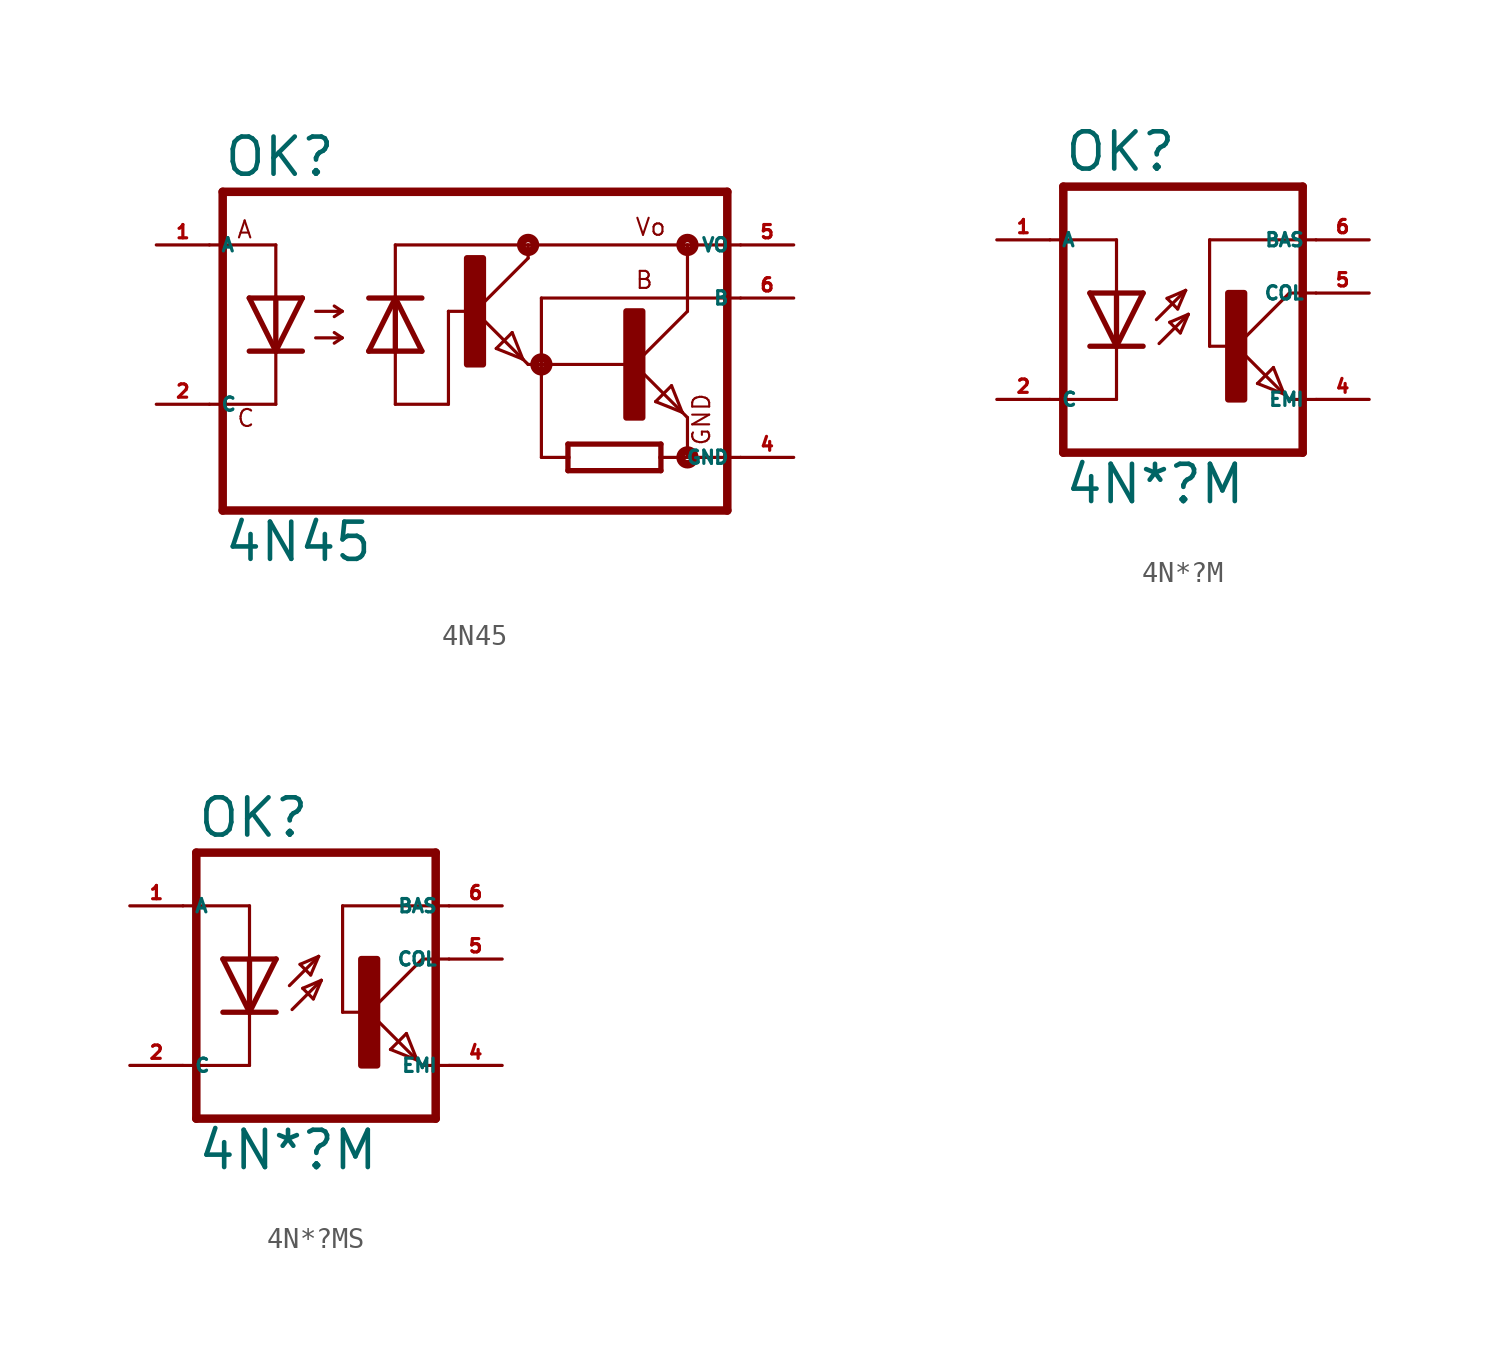
<source format=kicad_sym>
(kicad_symbol_lib
  (version 20220914)
  (generator kicad_symbol_editor)
  (symbol "4N45"
    (property "Reference" "OK"
      (at -12.065 8.255 0)
      (effects (font (size 1.778 1.778) (thickness 0.22)) (justify left bottom)))
    (property "Value" "4N45"
      (at -12.065 -10.16 0)
      (effects (font (size 1.778 1.778) (thickness 0.22)) (justify left bottom)))
    (symbol "4N45_1_1"
      (rectangle (start -0.381 -0.635) (end 0.381 4.445) (stroke (width 0.3) (type default)) (fill (type outline)))
      (polyline (pts (xy -12.7 -2.54) (xy -9.525 -2.54)) (stroke (width 0.152) (type default)) (fill (type none)))
      (polyline (pts (xy -12.7 5.08) (xy -9.525 5.08)) (stroke (width 0.152) (type default)) (fill (type none)))
      (polyline (pts (xy -12.065 7.62) (xy -12.065 -7.62)) (stroke (width 0.406) (type default)) (fill (type none)))
      (polyline (pts (xy -9.525 -2.54) (xy -9.525 0)) (stroke (width 0.152) (type default)) (fill (type none)))
      (polyline (pts (xy -9.525 0) (xy -10.795 0)) (stroke (width 0.254) (type default)) (fill (type none)))
      (polyline (pts (xy -9.525 0) (xy -10.795 2.54)) (stroke (width 0.254) (type default)) (fill (type none)))
      (polyline (pts (xy -9.525 2.54) (xy -10.795 2.54)) (stroke (width 0.254) (type default)) (fill (type none)))
      (polyline (pts (xy -9.525 2.54) (xy -9.525 0)) (stroke (width 0.254) (type default)) (fill (type none)))
      (polyline (pts (xy -9.525 2.54) (xy -9.525 5.08)) (stroke (width 0.152) (type default)) (fill (type none)))
      (polyline (pts (xy -8.255 0) (xy -9.525 0)) (stroke (width 0.254) (type default)) (fill (type none)))
      (polyline (pts (xy -8.255 2.54) (xy -9.525 0)) (stroke (width 0.254) (type default)) (fill (type none)))
      (polyline (pts (xy -8.255 2.54) (xy -9.525 2.54)) (stroke (width 0.254) (type default)) (fill (type none)))
      (polyline (pts (xy -7.62 0.635) (xy -6.35 0.635)) (stroke (width 0.152) (type default)) (fill (type none)))
      (polyline (pts (xy -7.62 1.905) (xy -6.35 1.905)) (stroke (width 0.152) (type default)) (fill (type none)))
      (polyline (pts (xy -6.35 0.635) (xy -6.731 0.381)) (stroke (width 0.152) (type default)) (fill (type none)))
      (polyline (pts (xy -6.35 0.635) (xy -6.731 0.889)) (stroke (width 0.152) (type default)) (fill (type none)))
      (polyline (pts (xy -6.35 1.905) (xy -6.731 1.651)) (stroke (width 0.152) (type default)) (fill (type none)))
      (polyline (pts (xy -6.35 1.905) (xy -6.731 2.159)) (stroke (width 0.152) (type default)) (fill (type none)))
      (polyline (pts (xy -5.08 0) (xy -3.81 0)) (stroke (width 0.254) (type default)) (fill (type none)))
      (polyline (pts (xy -5.08 0) (xy -3.81 2.54)) (stroke (width 0.254) (type default)) (fill (type none)))
      (polyline (pts (xy -5.08 2.54) (xy -3.81 2.54)) (stroke (width 0.254) (type default)) (fill (type none)))
      (polyline (pts (xy -3.81 -2.54) (xy -3.81 0)) (stroke (width 0.152) (type default)) (fill (type none)))
      (polyline (pts (xy -3.81 0) (xy -3.81 2.54)) (stroke (width 0.254) (type default)) (fill (type none)))
      (polyline (pts (xy -3.81 0) (xy -2.54 0)) (stroke (width 0.254) (type default)) (fill (type none)))
      (polyline (pts (xy -3.81 2.54) (xy -2.54 0)) (stroke (width 0.254) (type default)) (fill (type none)))
      (polyline (pts (xy -3.81 2.54) (xy -2.54 2.54)) (stroke (width 0.254) (type default)) (fill (type none)))
      (polyline (pts (xy -3.81 5.08) (xy -3.81 2.54)) (stroke (width 0.152) (type default)) (fill (type none)))
      (polyline (pts (xy -3.81 5.08) (xy 2.54 5.08)) (stroke (width 0.152) (type default)) (fill (type none)))
      (polyline (pts (xy -1.27 -2.54) (xy -3.81 -2.54)) (stroke (width 0.152) (type default)) (fill (type none)))
      (polyline (pts (xy -1.27 -2.54) (xy -1.27 1.905)) (stroke (width 0.152) (type default)) (fill (type none)))
      (polyline (pts (xy 0 1.905) (xy -1.27 1.905)) (stroke (width 0.152) (type default)) (fill (type none)))
      (polyline (pts (xy 0 1.905) (xy 2.286 -0.381)) (stroke (width 0.152) (type default)) (fill (type none)))
      (polyline (pts (xy 1.016 0.127) (xy 1.778 0.889)) (stroke (width 0.152) (type default)) (fill (type none)))
      (polyline (pts (xy 1.778 0.889) (xy 2.286 -0.381)) (stroke (width 0.152) (type default)) (fill (type none)))
      (polyline (pts (xy 2.286 -0.381) (xy 1.016 0.127)) (stroke (width 0.152) (type default)) (fill (type none)))
      (polyline (pts (xy 2.286 -0.381) (xy 2.54 -0.635)) (stroke (width 0.152) (type default)) (fill (type none)))
      (polyline (pts (xy 2.54 -0.635) (xy 3.175 -0.635)) (stroke (width 0.152) (type default)) (fill (type none)))
      (polyline (pts (xy 2.54 4.445) (xy 0 1.905)) (stroke (width 0.152) (type default)) (fill (type none)))
      (polyline (pts (xy 2.54 4.445) (xy 2.54 5.08)) (stroke (width 0.152) (type default)) (fill (type none)))
      (polyline (pts (xy 2.54 5.08) (xy 10.16 5.08)) (stroke (width 0.152) (type default)) (fill (type none)))
      (polyline (pts (xy 3.175 -5.08) (xy 4.445 -5.08)) (stroke (width 0.152) (type default)) (fill (type none)))
      (polyline (pts (xy 3.175 -0.635) (xy 3.175 -5.08)) (stroke (width 0.152) (type default)) (fill (type none)))
      (polyline (pts (xy 3.175 -0.635) (xy 7.62 -0.635)) (stroke (width 0.152) (type default)) (fill (type none)))
      (polyline (pts (xy 3.175 2.54) (xy 3.175 -0.635)) (stroke (width 0.152) (type default)) (fill (type none)))
      (polyline (pts (xy 3.175 2.54) (xy 12.7 2.54)) (stroke (width 0.152) (type default)) (fill (type none)))
      (polyline (pts (xy 4.445 -5.715) (xy 4.445 -5.08)) (stroke (width 0.254) (type default)) (fill (type none)))
      (polyline (pts (xy 4.445 -5.715) (xy 8.89 -5.715)) (stroke (width 0.254) (type default)) (fill (type none)))
      (polyline (pts (xy 4.445 -5.08) (xy 4.445 -4.445)) (stroke (width 0.254) (type default)) (fill (type none)))
      (polyline (pts (xy 4.445 -4.445) (xy 8.89 -4.445)) (stroke (width 0.254) (type default)) (fill (type none)))
      (polyline (pts (xy 7.62 -0.635) (xy 9.906 -2.921)) (stroke (width 0.152) (type default)) (fill (type none)))
      (polyline (pts (xy 8.636 -2.413) (xy 9.398 -1.651)) (stroke (width 0.152) (type default)) (fill (type none)))
      (polyline (pts (xy 8.89 -5.08) (xy 8.89 -5.715)) (stroke (width 0.254) (type default)) (fill (type none)))
      (polyline (pts (xy 8.89 -5.08) (xy 10.16 -5.08)) (stroke (width 0.152) (type default)) (fill (type none)))
      (polyline (pts (xy 8.89 -4.445) (xy 8.89 -5.08)) (stroke (width 0.254) (type default)) (fill (type none)))
      (polyline (pts (xy 9.398 -1.651) (xy 9.906 -2.921)) (stroke (width 0.152) (type default)) (fill (type none)))
      (polyline (pts (xy 9.906 -2.921) (xy 8.636 -2.413)) (stroke (width 0.152) (type default)) (fill (type none)))
      (polyline (pts (xy 9.906 -2.921) (xy 10.16 -3.175)) (stroke (width 0.152) (type default)) (fill (type none)))
      (polyline (pts (xy 10.16 -5.08) (xy 10.16 -3.175)) (stroke (width 0.152) (type default)) (fill (type none)))
      (polyline (pts (xy 10.16 -5.08) (xy 12.7 -5.08)) (stroke (width 0.152) (type default)) (fill (type none)))
      (polyline (pts (xy 10.16 1.905) (xy 7.62 -0.635)) (stroke (width 0.152) (type default)) (fill (type none)))
      (polyline (pts (xy 10.16 1.905) (xy 10.16 5.08)) (stroke (width 0.152) (type default)) (fill (type none)))
      (polyline (pts (xy 10.16 5.08) (xy 12.7 5.08)) (stroke (width 0.152) (type default)) (fill (type none)))
      (polyline (pts (xy 12.065 -7.62) (xy -12.065 -7.62)) (stroke (width 0.406) (type default)) (fill (type none)))
      (polyline (pts (xy 12.065 7.62) (xy -12.065 7.62)) (stroke (width 0.406) (type default)) (fill (type none)))
      (polyline (pts (xy 12.065 7.62) (xy 12.065 -7.62)) (stroke (width 0.406) (type default)) (fill (type none)))
      (circle (center 2.54 5.08) (radius 0.127) (stroke (width 0.406) (type default)) (fill (type none)))
      (circle (center 3.175 -0.635) (radius 0.127) (stroke (width 0.406) (type default)) (fill (type none)))
      (rectangle (start 7.239 -3.175) (end 8.001 1.905) (stroke (width 0.3) (type default)) (fill (type outline)))
      (circle (center 10.16 -5.08) (radius 0.127) (stroke (width 0.406) (type default)) (fill (type none)))
      (circle (center 10.16 5.08) (radius 0.127) (stroke (width 0.406) (type default)) (fill (type none)))
      (text "A" (at -11.43 5.334 0) (effects (font (size 0.813 0.813) (thickness 0.1)) (justify left bottom)))
      (text "B" (at 7.62 2.921 0) (effects (font (size 0.813 0.813) (thickness 0.1)) (justify left bottom)))
      (text "C" (at -11.43 -3.683 0) (effects (font (size 0.813 0.813) (thickness 0.1)) (justify left bottom)))
      (text "GND" (at 11.303 -4.572 900) (effects (font (size 0.813 0.813) (thickness 0.1)) (justify left bottom)))
      (text "Vo" (at 7.62 5.461 0) (effects (font (size 0.813 0.813) (thickness 0.1)) (justify left bottom)))
      (pin passive line (at -15.24 5.08 0) (length 2.54) (name "A" (effects (font (size 0.635 0.635)))) (number "1" (effects (font (size 0.635 0.635)))))
      (pin passive line (at -15.24 -2.54 0) (length 2.54) (name "C" (effects (font (size 0.635 0.635)))) (number "2" (effects (font (size 0.635 0.635)))))
      (pin passive line (at 15.24 -5.08 180) (length 2.54) (name "GND" (effects (font (size 0.635 0.635)))) (number "4" (effects (font (size 0.635 0.635)))))
      (pin passive line (at 15.24 5.08 180) (length 2.54) (name "VO" (effects (font (size 0.635 0.635)))) (number "5" (effects (font (size 0.635 0.635)))))
      (pin passive line (at 15.24 2.54 180) (length 2.54) (name "B" (effects (font (size 0.635 0.635)))) (number "6" (effects (font (size 0.635 0.635)))))))
  (symbol "4N*?M"
    (property "Reference" "OK"
      (at -6.985 5.715 0)
      (effects (font (size 1.778 1.778) (thickness 0.22)) (justify left bottom)))
    (property "Value" "4N*?M"
      (at -6.985 -10.16 0)
      (effects (font (size 1.778 1.778) (thickness 0.22)) (justify left bottom)))
    (symbol "4N*?M_1_1"
      (polyline (pts (xy -7.62 2.54) (xy -4.445 2.54)) (stroke (width 0.152) (type default)) (fill (type none)))
      (polyline (pts (xy -6.985 -7.62) (xy 4.445 -7.62)) (stroke (width 0.406) (type default)) (fill (type none)))
      (polyline (pts (xy -6.985 5.08) (xy -6.985 -7.62)) (stroke (width 0.406) (type default)) (fill (type none)))
      (polyline (pts (xy -6.985 5.08) (xy 4.445 5.08)) (stroke (width 0.406) (type default)) (fill (type none)))
      (polyline (pts (xy -4.445 -5.08) (xy -7.62 -5.08)) (stroke (width 0.152) (type default)) (fill (type none)))
      (polyline (pts (xy -4.445 -2.54) (xy -5.715 -2.54)) (stroke (width 0.254) (type default)) (fill (type none)))
      (polyline (pts (xy -4.445 -2.54) (xy -5.715 0)) (stroke (width 0.254) (type default)) (fill (type none)))
      (polyline (pts (xy -4.445 -2.54) (xy -4.445 -5.08)) (stroke (width 0.152) (type default)) (fill (type none)))
      (polyline (pts (xy -4.445 0) (xy -5.715 0)) (stroke (width 0.254) (type default)) (fill (type none)))
      (polyline (pts (xy -4.445 0) (xy -4.445 -2.54)) (stroke (width 0.254) (type default)) (fill (type none)))
      (polyline (pts (xy -4.445 2.54) (xy -4.445 0)) (stroke (width 0.152) (type default)) (fill (type none)))
      (polyline (pts (xy -3.175 -2.54) (xy -4.445 -2.54)) (stroke (width 0.254) (type default)) (fill (type none)))
      (polyline (pts (xy -3.175 0) (xy -4.445 -2.54)) (stroke (width 0.254) (type default)) (fill (type none)))
      (polyline (pts (xy -3.175 0) (xy -4.445 0)) (stroke (width 0.254) (type default)) (fill (type none)))
      (polyline (pts (xy -2.54 -1.27) (xy -1.143 0.127)) (stroke (width 0.152) (type default)) (fill (type none)))
      (polyline (pts (xy -2.413 -2.413) (xy -1.016 -1.016)) (stroke (width 0.152) (type default)) (fill (type none)))
      (polyline (pts (xy -2.032 -0.254) (xy -1.524 -0.762)) (stroke (width 0.152) (type default)) (fill (type none)))
      (polyline (pts (xy -1.905 -1.397) (xy -1.397 -1.905)) (stroke (width 0.152) (type default)) (fill (type none)))
      (polyline (pts (xy -1.524 -0.762) (xy -1.143 0.127)) (stroke (width 0.152) (type default)) (fill (type none)))
      (polyline (pts (xy -1.397 -1.905) (xy -1.016 -1.016)) (stroke (width 0.152) (type default)) (fill (type none)))
      (polyline (pts (xy -1.143 0.127) (xy -2.032 -0.254)) (stroke (width 0.152) (type default)) (fill (type none)))
      (polyline (pts (xy -1.016 -1.016) (xy -1.905 -1.397)) (stroke (width 0.152) (type default)) (fill (type none)))
      (polyline (pts (xy 0 -2.54) (xy 0 2.54)) (stroke (width 0.152) (type default)) (fill (type none)))
      (polyline (pts (xy 0 -2.54) (xy 1.016 -2.54)) (stroke (width 0.152) (type default)) (fill (type none)))
      (polyline (pts (xy 0 2.54) (xy 5.08 2.54)) (stroke (width 0.152) (type default)) (fill (type none)))
      (polyline (pts (xy 1.27 -2.54) (xy 3.556 -4.826)) (stroke (width 0.152) (type default)) (fill (type none)))
      (polyline (pts (xy 2.286 -4.318) (xy 3.048 -3.556)) (stroke (width 0.152) (type default)) (fill (type none)))
      (polyline (pts (xy 3.048 -3.556) (xy 3.556 -4.826)) (stroke (width 0.152) (type default)) (fill (type none)))
      (polyline (pts (xy 3.556 -4.826) (xy 2.286 -4.318)) (stroke (width 0.152) (type default)) (fill (type none)))
      (polyline (pts (xy 3.556 -4.826) (xy 3.81 -5.08)) (stroke (width 0.152) (type default)) (fill (type none)))
      (polyline (pts (xy 3.81 -5.08) (xy 5.08 -5.08)) (stroke (width 0.152) (type default)) (fill (type none)))
      (polyline (pts (xy 3.81 0) (xy 1.27 -2.54)) (stroke (width 0.152) (type default)) (fill (type none)))
      (polyline (pts (xy 3.81 0) (xy 5.08 0)) (stroke (width 0.152) (type default)) (fill (type none)))
      (polyline (pts (xy 4.445 5.08) (xy 4.445 -7.62)) (stroke (width 0.406) (type default)) (fill (type none)))
      (rectangle (start 0.889 -5.08) (end 1.651 0) (stroke (width 0.3) (type default)) (fill (type outline)))
      (pin passive line (at -10.16 2.54 0) (length 2.54) (name "A" (effects (font (size 0.635 0.635)))) (number "1" (effects (font (size 0.635 0.635)))))
      (pin passive line (at -10.16 -5.08 0) (length 2.54) (name "C" (effects (font (size 0.635 0.635)))) (number "2" (effects (font (size 0.635 0.635)))))
      (pin passive line (at 7.62 -5.08 180) (length 2.54) (name "EMI" (effects (font (size 0.635 0.635)))) (number "4" (effects (font (size 0.635 0.635)))))
      (pin passive line (at 7.62 0 180) (length 2.54) (name "COL" (effects (font (size 0.635 0.635)))) (number "5" (effects (font (size 0.635 0.635)))))
      (pin passive line (at 7.62 2.54 180) (length 2.54) (name "BAS" (effects (font (size 0.635 0.635)))) (number "6" (effects (font (size 0.635 0.635)))))))
  (symbol "4N*?MS"
    (property "Reference" "OK"
      (at -6.985 5.715 0)
      (effects (font (size 1.778 1.778) (thickness 0.22)) (justify left bottom)))
    (property "Value" "4N*?M"
      (at -6.985 -10.16 0)
      (effects (font (size 1.778 1.778) (thickness 0.22)) (justify left bottom)))
    (symbol "4N*?MS_1_1"
      (polyline (pts (xy -7.62 2.54) (xy -4.445 2.54)) (stroke (width 0.152) (type default)) (fill (type none)))
      (polyline (pts (xy -6.985 -7.62) (xy 4.445 -7.62)) (stroke (width 0.406) (type default)) (fill (type none)))
      (polyline (pts (xy -6.985 5.08) (xy -6.985 -7.62)) (stroke (width 0.406) (type default)) (fill (type none)))
      (polyline (pts (xy -6.985 5.08) (xy 4.445 5.08)) (stroke (width 0.406) (type default)) (fill (type none)))
      (polyline (pts (xy -4.445 -5.08) (xy -7.62 -5.08)) (stroke (width 0.152) (type default)) (fill (type none)))
      (polyline (pts (xy -4.445 -2.54) (xy -5.715 -2.54)) (stroke (width 0.254) (type default)) (fill (type none)))
      (polyline (pts (xy -4.445 -2.54) (xy -5.715 0)) (stroke (width 0.254) (type default)) (fill (type none)))
      (polyline (pts (xy -4.445 -2.54) (xy -4.445 -5.08)) (stroke (width 0.152) (type default)) (fill (type none)))
      (polyline (pts (xy -4.445 0) (xy -5.715 0)) (stroke (width 0.254) (type default)) (fill (type none)))
      (polyline (pts (xy -4.445 0) (xy -4.445 -2.54)) (stroke (width 0.254) (type default)) (fill (type none)))
      (polyline (pts (xy -4.445 2.54) (xy -4.445 0)) (stroke (width 0.152) (type default)) (fill (type none)))
      (polyline (pts (xy -3.175 -2.54) (xy -4.445 -2.54)) (stroke (width 0.254) (type default)) (fill (type none)))
      (polyline (pts (xy -3.175 0) (xy -4.445 -2.54)) (stroke (width 0.254) (type default)) (fill (type none)))
      (polyline (pts (xy -3.175 0) (xy -4.445 0)) (stroke (width 0.254) (type default)) (fill (type none)))
      (polyline (pts (xy -2.54 -1.27) (xy -1.143 0.127)) (stroke (width 0.152) (type default)) (fill (type none)))
      (polyline (pts (xy -2.413 -2.413) (xy -1.016 -1.016)) (stroke (width 0.152) (type default)) (fill (type none)))
      (polyline (pts (xy -2.032 -0.254) (xy -1.524 -0.762)) (stroke (width 0.152) (type default)) (fill (type none)))
      (polyline (pts (xy -1.905 -1.397) (xy -1.397 -1.905)) (stroke (width 0.152) (type default)) (fill (type none)))
      (polyline (pts (xy -1.524 -0.762) (xy -1.143 0.127)) (stroke (width 0.152) (type default)) (fill (type none)))
      (polyline (pts (xy -1.397 -1.905) (xy -1.016 -1.016)) (stroke (width 0.152) (type default)) (fill (type none)))
      (polyline (pts (xy -1.143 0.127) (xy -2.032 -0.254)) (stroke (width 0.152) (type default)) (fill (type none)))
      (polyline (pts (xy -1.016 -1.016) (xy -1.905 -1.397)) (stroke (width 0.152) (type default)) (fill (type none)))
      (polyline (pts (xy 0 -2.54) (xy 0 2.54)) (stroke (width 0.152) (type default)) (fill (type none)))
      (polyline (pts (xy 0 -2.54) (xy 1.016 -2.54)) (stroke (width 0.152) (type default)) (fill (type none)))
      (polyline (pts (xy 0 2.54) (xy 5.08 2.54)) (stroke (width 0.152) (type default)) (fill (type none)))
      (polyline (pts (xy 1.27 -2.54) (xy 3.556 -4.826)) (stroke (width 0.152) (type default)) (fill (type none)))
      (polyline (pts (xy 2.286 -4.318) (xy 3.048 -3.556)) (stroke (width 0.152) (type default)) (fill (type none)))
      (polyline (pts (xy 3.048 -3.556) (xy 3.556 -4.826)) (stroke (width 0.152) (type default)) (fill (type none)))
      (polyline (pts (xy 3.556 -4.826) (xy 2.286 -4.318)) (stroke (width 0.152) (type default)) (fill (type none)))
      (polyline (pts (xy 3.556 -4.826) (xy 3.81 -5.08)) (stroke (width 0.152) (type default)) (fill (type none)))
      (polyline (pts (xy 3.81 -5.08) (xy 5.08 -5.08)) (stroke (width 0.152) (type default)) (fill (type none)))
      (polyline (pts (xy 3.81 0) (xy 1.27 -2.54)) (stroke (width 0.152) (type default)) (fill (type none)))
      (polyline (pts (xy 3.81 0) (xy 5.08 0)) (stroke (width 0.152) (type default)) (fill (type none)))
      (polyline (pts (xy 4.445 5.08) (xy 4.445 -7.62)) (stroke (width 0.406) (type default)) (fill (type none)))
      (rectangle (start 0.889 -5.08) (end 1.651 0) (stroke (width 0.3) (type default)) (fill (type outline)))
      (pin passive line (at -10.16 2.54 0) (length 2.54) (name "A" (effects (font (size 0.635 0.635)))) (number "1" (effects (font (size 0.635 0.635)))))
      (pin passive line (at -10.16 -5.08 0) (length 2.54) (name "C" (effects (font (size 0.635 0.635)))) (number "2" (effects (font (size 0.635 0.635)))))
      (pin passive line (at 7.62 -5.08 180) (length 2.54) (name "EMI" (effects (font (size 0.635 0.635)))) (number "4" (effects (font (size 0.635 0.635)))))
      (pin passive line (at 7.62 0 180) (length 2.54) (name "COL" (effects (font (size 0.635 0.635)))) (number "5" (effects (font (size 0.635 0.635)))))
      (pin passive line (at 7.62 2.54 180) (length 2.54) (name "BAS" (effects (font (size 0.635 0.635)))) (number "6" (effects (font (size 0.635 0.635))))))))
</source>
